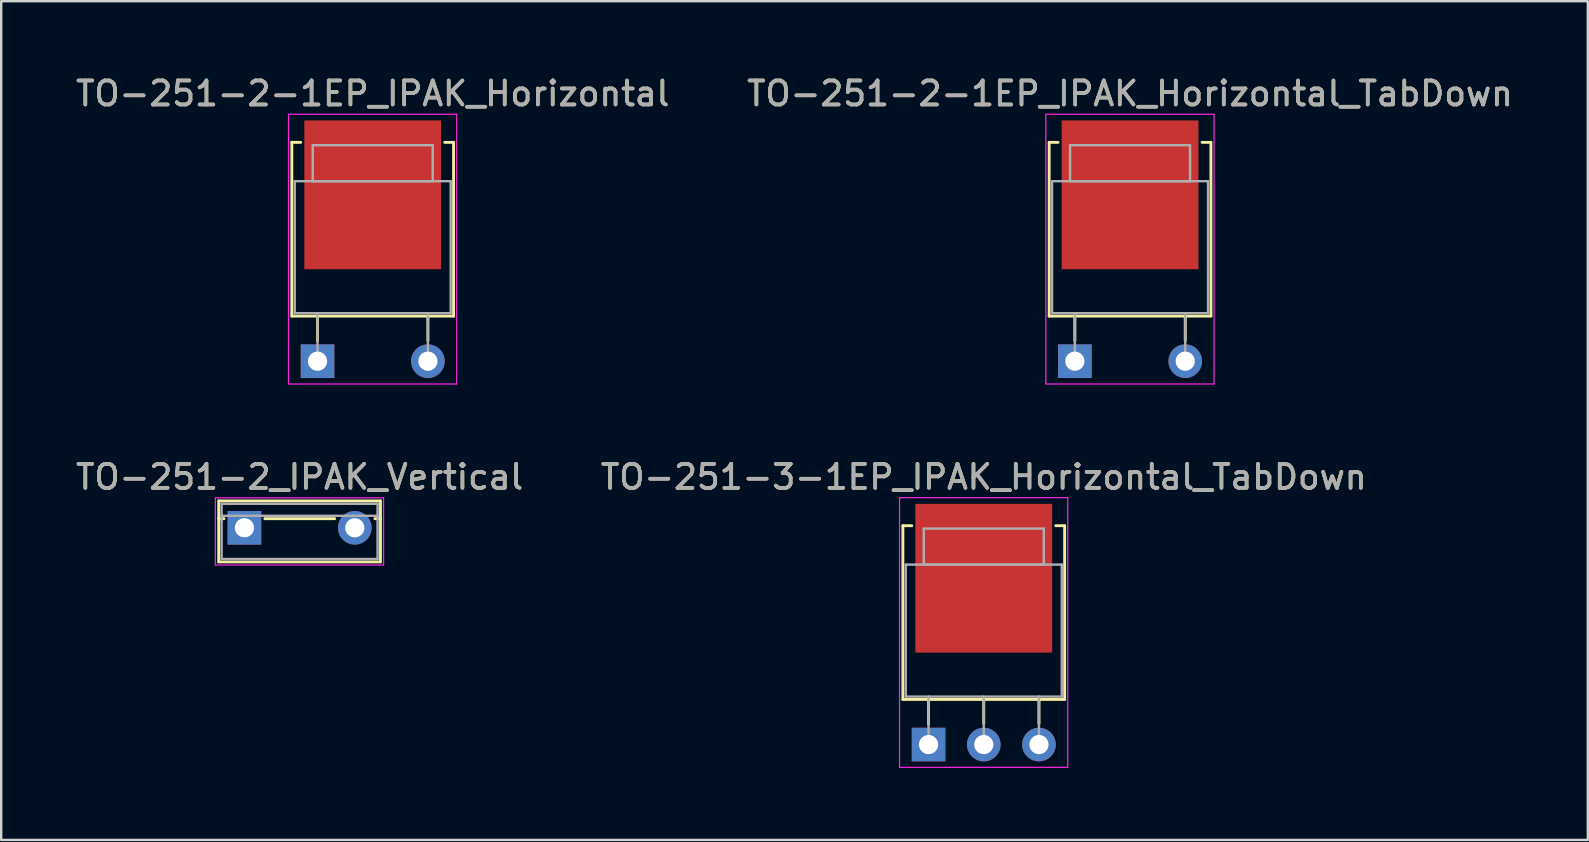
<source format=kicad_pcb>
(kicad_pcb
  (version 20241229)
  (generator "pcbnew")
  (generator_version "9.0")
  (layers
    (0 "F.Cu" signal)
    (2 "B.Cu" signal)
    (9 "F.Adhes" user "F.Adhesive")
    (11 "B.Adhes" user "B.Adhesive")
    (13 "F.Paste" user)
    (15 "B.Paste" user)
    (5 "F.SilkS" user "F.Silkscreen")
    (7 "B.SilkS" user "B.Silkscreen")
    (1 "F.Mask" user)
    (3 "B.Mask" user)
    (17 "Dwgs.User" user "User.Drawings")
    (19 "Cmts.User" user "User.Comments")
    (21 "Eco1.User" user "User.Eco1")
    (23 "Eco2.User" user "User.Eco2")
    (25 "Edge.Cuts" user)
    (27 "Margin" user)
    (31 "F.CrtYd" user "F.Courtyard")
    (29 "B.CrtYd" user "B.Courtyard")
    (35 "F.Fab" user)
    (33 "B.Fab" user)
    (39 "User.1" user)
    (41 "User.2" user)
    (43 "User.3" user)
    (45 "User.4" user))
  (footprint "TO-251-2-1EP_IPAK_Horizontal_TabDown"
    (layer "F.Cu")
    (at 41.742 12.002)
    (property "Reference" "TO-251-2-1EP_IPAK_Horizontal_TabDown" (at 2.3 -11.153 0) (layer "F.SilkS") (effects (font (size 1 1) (thickness 0.15))))
    (attr through_hole)
    (fp_line (start -1.071 -9.12) (end -1.071 -1.88) (stroke (width 0.12) (type solid)) (layer "F.SilkS"))
    (fp_line (start -1.071 -9.12) (end -0.701 -9.12) (stroke (width 0.12) (type solid)) (layer "F.SilkS"))
    (fp_line (start -1.071 -1.88) (end 5.67 -1.88) (stroke (width 0.12) (type solid)) (layer "F.SilkS"))
    (fp_line (start 0 -1.88) (end 0 -0.85) (stroke (width 0.12) (type solid)) (layer "F.SilkS"))
    (fp_line (start 4.6 -1.88) (end 4.6 -0.866) (stroke (width 0.12) (type solid)) (layer "F.SilkS"))
    (fp_line (start 5.301 -9.12) (end 5.67 -9.12) (stroke (width 0.12) (type solid)) (layer "F.SilkS"))
    (fp_line (start 5.67 -9.12) (end 5.67 -1.88) (stroke (width 0.12) (type solid)) (layer "F.SilkS"))
    (fp_line (start -1.21 -10.29) (end -1.21 0.95) (stroke (width 0.05) (type solid)) (layer "F.CrtYd"))
    (fp_line (start -1.21 0.95) (end 5.8 0.95) (stroke (width 0.05) (type solid)) (layer "F.CrtYd"))
    (fp_line (start 5.8 -10.29) (end -1.21 -10.29) (stroke (width 0.05) (type solid)) (layer "F.CrtYd"))
    (fp_line (start 5.8 0.95) (end 5.8 -10.29) (stroke (width 0.05) (type solid)) (layer "F.CrtYd"))
    (fp_line (start -0.95 -7.5) (end 5.55 -7.5) (stroke (width 0.1) (type solid)) (layer "F.Fab"))
    (fp_line (start -0.95 -2) (end -0.95 -7.5) (stroke (width 0.1) (type solid)) (layer "F.Fab"))
    (fp_line (start -0.2 -9) (end 4.8 -9) (stroke (width 0.1) (type solid)) (layer "F.Fab"))
    (fp_line (start -0.2 -7.5) (end -0.2 -9) (stroke (width 0.1) (type solid)) (layer "F.Fab"))
    (fp_line (start 0 -2) (end 0 0) (stroke (width 0.1) (type solid)) (layer "F.Fab"))
    (fp_line (start 4.6 -2) (end 4.6 0) (stroke (width 0.1) (type solid)) (layer "F.Fab"))
    (fp_line (start 4.8 -9) (end 4.8 -7.5) (stroke (width 0.1) (type solid)) (layer "F.Fab"))
    (fp_line (start 4.8 -7.5) (end -0.2 -7.5) (stroke (width 0.1) (type solid)) (layer "F.Fab"))
    (fp_line (start 5.55 -7.5) (end 5.55 -2) (stroke (width 0.1) (type solid)) (layer "F.Fab"))
    (fp_line (start 5.55 -2) (end -0.95 -2) (stroke (width 0.1) (type solid)) (layer "F.Fab"))
    (fp_text user "${REFERENCE}" (at 2.3 -11.153 0) (layer "F.Fab") (effects (font (size 1 1) (thickness 0.15))))
    (pad "1" thru_hole rect (at 0 0) (size 1.4 1.4) (drill 0.8) (layers "*.Cu" "*.Mask"))
    (pad "2" thru_hole oval (at 4.6 0) (size 1.4 1.4) (drill 0.8) (layers "*.Cu" "*.Mask"))
    (pad "3" smd rect (at 2.3 -6.933) (size 5.7 6.2) (layers "F.Cu" "F.Mask")))
  (footprint "TO-251-3-1EP_IPAK_Horizontal_TabDown"
    (layer "F.Cu")
    (at 35.646 27.978)
    (property "Reference" "TO-251-3-1EP_IPAK_Horizontal_TabDown" (at 2.3 -11.153 0) (layer "F.SilkS") (effects (font (size 1 1) (thickness 0.15))))
    (attr through_hole)
    (fp_line (start -1.071 -9.12) (end -1.071 -1.88) (stroke (width 0.12) (type solid)) (layer "F.SilkS"))
    (fp_line (start -1.071 -9.12) (end -0.701 -9.12) (stroke (width 0.12) (type solid)) (layer "F.SilkS"))
    (fp_line (start -1.071 -1.88) (end 5.67 -1.88) (stroke (width 0.12) (type solid)) (layer "F.SilkS"))
    (fp_line (start 0 -1.88) (end 0 -0.85) (stroke (width 0.12) (type solid)) (layer "F.SilkS"))
    (fp_line (start 2.3 -1.88) (end 2.3 -0.866) (stroke (width 0.12) (type solid)) (layer "F.SilkS"))
    (fp_line (start 4.6 -1.88) (end 4.6 -0.866) (stroke (width 0.12) (type solid)) (layer "F.SilkS"))
    (fp_line (start 5.301 -9.12) (end 5.67 -9.12) (stroke (width 0.12) (type solid)) (layer "F.SilkS"))
    (fp_line (start 5.67 -9.12) (end 5.67 -1.88) (stroke (width 0.12) (type solid)) (layer "F.SilkS"))
    (fp_line (start -1.21 -10.29) (end -1.21 0.95) (stroke (width 0.05) (type solid)) (layer "F.CrtYd"))
    (fp_line (start -1.21 0.95) (end 5.8 0.95) (stroke (width 0.05) (type solid)) (layer "F.CrtYd"))
    (fp_line (start 5.8 -10.29) (end -1.21 -10.29) (stroke (width 0.05) (type solid)) (layer "F.CrtYd"))
    (fp_line (start 5.8 0.95) (end 5.8 -10.29) (stroke (width 0.05) (type solid)) (layer "F.CrtYd"))
    (fp_line (start -0.95 -7.5) (end 5.55 -7.5) (stroke (width 0.1) (type solid)) (layer "F.Fab"))
    (fp_line (start -0.95 -2) (end -0.95 -7.5) (stroke (width 0.1) (type solid)) (layer "F.Fab"))
    (fp_line (start -0.2 -9) (end 4.8 -9) (stroke (width 0.1) (type solid)) (layer "F.Fab"))
    (fp_line (start -0.2 -7.5) (end -0.2 -9) (stroke (width 0.1) (type solid)) (layer "F.Fab"))
    (fp_line (start 0 -2) (end 0 0) (stroke (width 0.1) (type solid)) (layer "F.Fab"))
    (fp_line (start 2.3 -2) (end 2.3 0) (stroke (width 0.1) (type solid)) (layer "F.Fab"))
    (fp_line (start 4.6 -2) (end 4.6 0) (stroke (width 0.1) (type solid)) (layer "F.Fab"))
    (fp_line (start 4.8 -9) (end 4.8 -7.5) (stroke (width 0.1) (type solid)) (layer "F.Fab"))
    (fp_line (start 4.8 -7.5) (end -0.2 -7.5) (stroke (width 0.1) (type solid)) (layer "F.Fab"))
    (fp_line (start 5.55 -7.5) (end 5.55 -2) (stroke (width 0.1) (type solid)) (layer "F.Fab"))
    (fp_line (start 5.55 -2) (end -0.95 -2) (stroke (width 0.1) (type solid)) (layer "F.Fab"))
    (fp_text user "${REFERENCE}" (at 2.3 -11.153 0) (layer "F.Fab") (effects (font (size 1 1) (thickness 0.15))))
    (pad "1" thru_hole rect (at 0 0) (size 1.4 1.4) (drill 0.8) (layers "*.Cu" "*.Mask"))
    (pad "2" thru_hole oval (at 2.3 0) (size 1.4 1.4) (drill 0.8) (layers "*.Cu" "*.Mask"))
    (pad "3" thru_hole oval (at 4.6 0) (size 1.4 1.4) (drill 0.8) (layers "*.Cu" "*.Mask"))
    (pad "4" smd rect (at 2.3 -6.933) (size 5.7 6.2) (layers "F.Cu" "F.Mask")))
  (footprint "TO-251-2-1EP_IPAK_Horizontal"
    (layer "F.Cu")
    (at 10.182 12.002)
    (property "Reference" "TO-251-2-1EP_IPAK_Horizontal" (at 2.3 -11.153 0) (layer "F.SilkS") (effects (font (size 1 1) (thickness 0.15))))
    (attr through_hole)
    (fp_line (start -1.071 -9.12) (end -1.071 -1.88) (stroke (width 0.12) (type solid)) (layer "F.SilkS"))
    (fp_line (start -1.071 -9.12) (end -0.701 -9.12) (stroke (width 0.12) (type solid)) (layer "F.SilkS"))
    (fp_line (start -1.071 -1.88) (end 5.67 -1.88) (stroke (width 0.12) (type solid)) (layer "F.SilkS"))
    (fp_line (start 0 -1.88) (end 0 -0.85) (stroke (width 0.12) (type solid)) (layer "F.SilkS"))
    (fp_line (start 4.6 -1.88) (end 4.6 -0.866) (stroke (width 0.12) (type solid)) (layer "F.SilkS"))
    (fp_line (start 5.301 -9.12) (end 5.67 -9.12) (stroke (width 0.12) (type solid)) (layer "F.SilkS"))
    (fp_line (start 5.67 -9.12) (end 5.67 -1.88) (stroke (width 0.12) (type solid)) (layer "F.SilkS"))
    (fp_line (start -1.21 -10.29) (end -1.21 0.95) (stroke (width 0.05) (type solid)) (layer "F.CrtYd"))
    (fp_line (start -1.21 0.95) (end 5.8 0.95) (stroke (width 0.05) (type solid)) (layer "F.CrtYd"))
    (fp_line (start 5.8 -10.29) (end -1.21 -10.29) (stroke (width 0.05) (type solid)) (layer "F.CrtYd"))
    (fp_line (start 5.8 0.95) (end 5.8 -10.29) (stroke (width 0.05) (type solid)) (layer "F.CrtYd"))
    (fp_line (start -0.95 -7.5) (end 5.55 -7.5) (stroke (width 0.1) (type solid)) (layer "F.Fab"))
    (fp_line (start -0.95 -2) (end -0.95 -7.5) (stroke (width 0.1) (type solid)) (layer "F.Fab"))
    (fp_line (start -0.2 -9) (end 4.8 -9) (stroke (width 0.1) (type solid)) (layer "F.Fab"))
    (fp_line (start -0.2 -7.5) (end -0.2 -9) (stroke (width 0.1) (type solid)) (layer "F.Fab"))
    (fp_line (start 0 -2) (end 0 0) (stroke (width 0.1) (type solid)) (layer "F.Fab"))
    (fp_line (start 4.6 -2) (end 4.6 0) (stroke (width 0.1) (type solid)) (layer "F.Fab"))
    (fp_line (start 4.8 -9) (end 4.8 -7.5) (stroke (width 0.1) (type solid)) (layer "F.Fab"))
    (fp_line (start 4.8 -7.5) (end -0.2 -7.5) (stroke (width 0.1) (type solid)) (layer "F.Fab"))
    (fp_line (start 5.55 -7.5) (end 5.55 -2) (stroke (width 0.1) (type solid)) (layer "F.Fab"))
    (fp_line (start 5.55 -2) (end -0.95 -2) (stroke (width 0.1) (type solid)) (layer "F.Fab"))
    (fp_text user "${REFERENCE}" (at 2.3 -11.153 0) (layer "F.Fab") (effects (font (size 1 1) (thickness 0.15))))
    (pad "1" thru_hole rect (at 0 0) (size 1.4 1.4) (drill 0.8) (layers "*.Cu" "*.Mask"))
    (pad "2" thru_hole oval (at 4.6 0) (size 1.4 1.4) (drill 0.8) (layers "*.Cu" "*.Mask"))
    (pad "3" smd rect (at 2.3 -6.933) (size 5.7 6.2) (layers "F.Cu" "F.Mask" "F.Paste")))
  (footprint "TO-251-2_IPAK_Vertical"
    (layer "F.Cu")
    (at 7.135 18.945)
    (property "Reference" "TO-251-2_IPAK_Vertical" (at 2.3 -2.12 0) (layer "F.SilkS") (effects (font (size 1 1) (thickness 0.15))))
    (attr through_hole)
    (fp_line (start -1.071 -1.12) (end -1.071 1.42) (stroke (width 0.12) (type solid)) (layer "F.SilkS"))
    (fp_line (start -1.071 -1.12) (end 5.67 -1.12) (stroke (width 0.12) (type solid)) (layer "F.SilkS"))
    (fp_line (start -1.071 -0.381) (end -0.85 -0.381) (stroke (width 0.12) (type solid)) (layer "F.SilkS"))
    (fp_line (start -1.071 1.42) (end 5.67 1.42) (stroke (width 0.12) (type solid)) (layer "F.SilkS"))
    (fp_line (start 0.85 -0.381) (end 3.762 -0.381) (stroke (width 0.12) (type solid)) (layer "F.SilkS"))
    (fp_line (start 5.439 -0.381) (end 5.67 -0.381) (stroke (width 0.12) (type solid)) (layer "F.SilkS"))
    (fp_line (start 5.67 -1.12) (end 5.67 1.42) (stroke (width 0.12) (type solid)) (layer "F.SilkS"))
    (fp_line (start -1.21 -1.25) (end -1.21 1.55) (stroke (width 0.05) (type solid)) (layer "F.CrtYd"))
    (fp_line (start -1.21 1.55) (end 5.8 1.55) (stroke (width 0.05) (type solid)) (layer "F.CrtYd"))
    (fp_line (start 5.8 -1.25) (end -1.21 -1.25) (stroke (width 0.05) (type solid)) (layer "F.CrtYd"))
    (fp_line (start 5.8 1.55) (end 5.8 -1.25) (stroke (width 0.05) (type solid)) (layer "F.CrtYd"))
    (fp_line (start -0.95 -1) (end -0.95 1.3) (stroke (width 0.1) (type solid)) (layer "F.Fab"))
    (fp_line (start -0.95 -0.5) (end 5.55 -0.5) (stroke (width 0.1) (type solid)) (layer "F.Fab"))
    (fp_line (start -0.95 1.3) (end 5.55 1.3) (stroke (width 0.1) (type solid)) (layer "F.Fab"))
    (fp_line (start 5.55 -1) (end -0.95 -1) (stroke (width 0.1) (type solid)) (layer "F.Fab"))
    (fp_line (start 5.55 1.3) (end 5.55 -1) (stroke (width 0.1) (type solid)) (layer "F.Fab"))
    (fp_text user "${REFERENCE}" (at 2.3 -2.12 0) (layer "F.Fab") (effects (font (size 1 1) (thickness 0.15))))
    (pad "1" thru_hole rect (at 0 0) (size 1.4 1.4) (drill 0.8) (layers "*.Cu" "*.Mask"))
    (pad "2" thru_hole oval (at 4.6 0) (size 1.4 1.4) (drill 0.8) (layers "*.Cu" "*.Mask")))
  (gr_rect
    (start -3 -3)
    (end 63.119 31.953)
    (stroke (width 0.1) (type default))
    (fill no)
    (layer "Edge.Cuts")))
</source>
